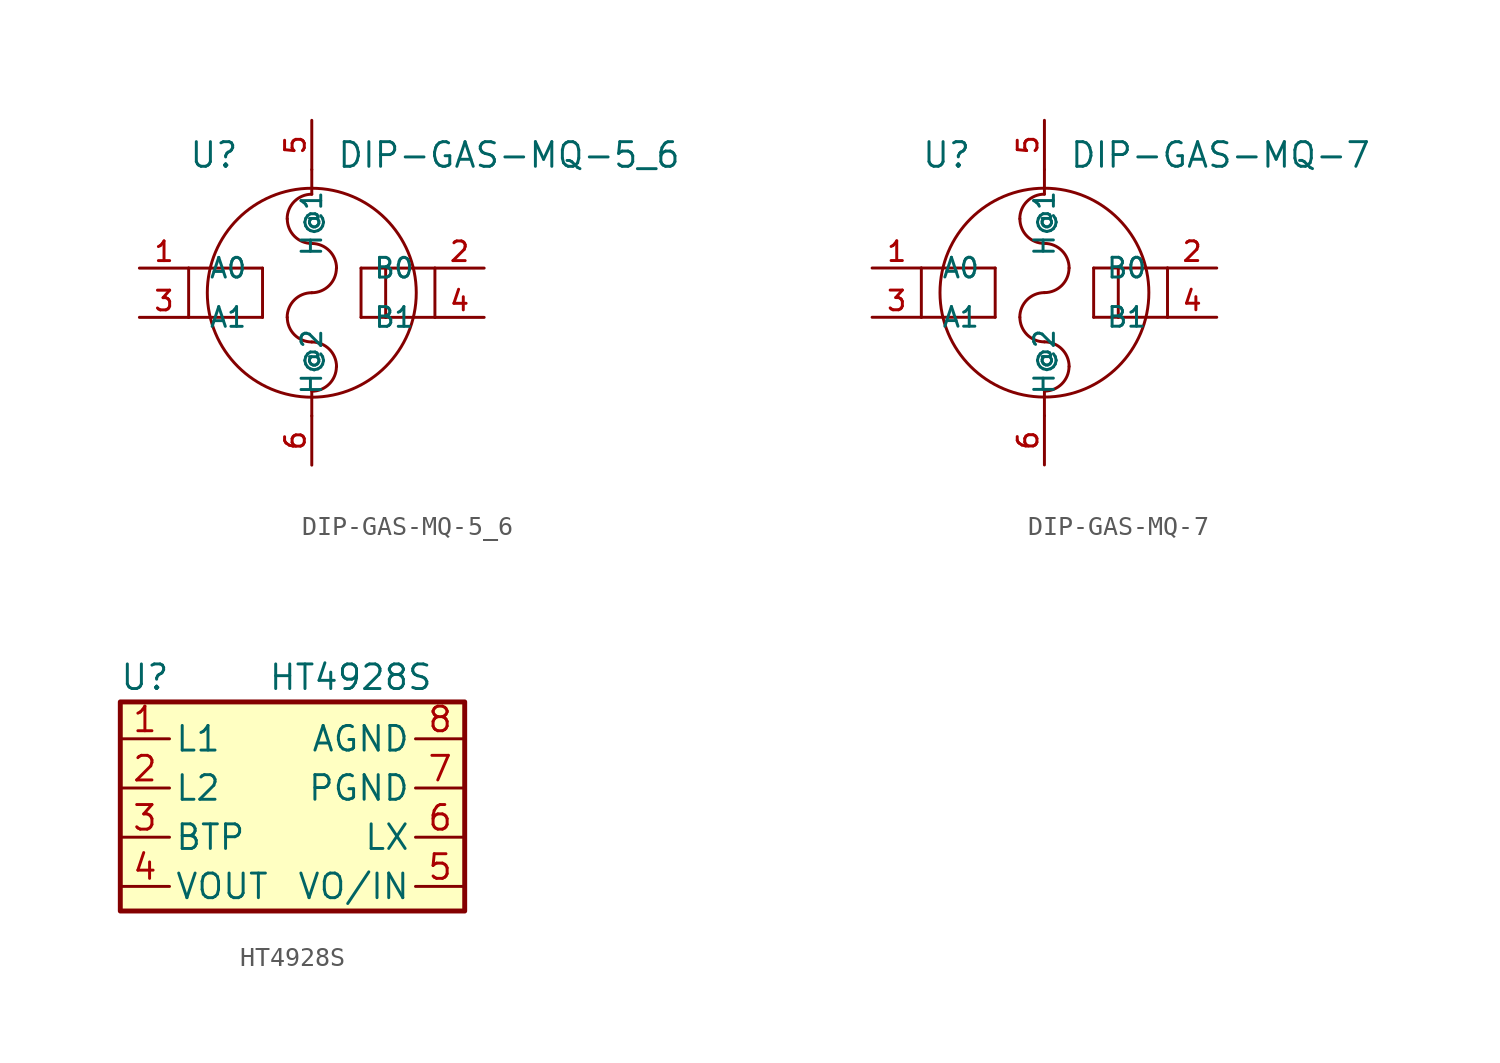
<source format=kicad_sym>
(kicad_symbol_lib
  (version 20220914)
  (generator kicad_symbol_editor)
  (symbol "DIP-GAS-MQ-5_6"
    (pin_names
      (offset 1.016))
    (property "Reference" "U"
      (at -6.357 6.357 0)
      (effects (font (size 1.27 1.27)) (justify left bottom)))
    (property "Value" "DIP-GAS-MQ-5_6"
      (at 1.271 6.356 0)
      (effects (font (size 1.27 1.27)) (justify left bottom)))
    (symbol "DIP-GAS-MQ-5_6_0_0"
      (arc (start -1.27 -1.27) (mid -0.898 -2.168) (end 0 -2.54) (stroke (width 0.1524) (type default)) (fill (type none)))
      (arc (start -1.27 3.81) (mid -0.898 2.912) (end 0 2.54) (stroke (width 0.1524) (type default)) (fill (type none)))
      (arc (start 0 -5.08) (mid 0.898 -4.708) (end 1.27 -3.81) (stroke (width 0.1524) (type default)) (fill (type none)))
      (arc (start 0 0) (mid -0.898 -0.372) (end -1.27 -1.27) (stroke (width 0.1524) (type default)) (fill (type none)))
      (polyline (pts (xy -6.35 -1.27) (xy -6.35 1.27)) (stroke (width 0.152) (type default)) (fill (type none)))
      (polyline (pts (xy -6.35 1.27) (xy -2.54 1.27)) (stroke (width 0.152) (type default)) (fill (type none)))
      (polyline (pts (xy -2.54 -1.27) (xy -6.35 -1.27)) (stroke (width 0.152) (type default)) (fill (type none)))
      (polyline (pts (xy -2.54 1.27) (xy -2.54 -1.27)) (stroke (width 0.152) (type default)) (fill (type none)))
      (polyline (pts (xy 0 -5.08) (xy 0 -6.35)) (stroke (width 0.152) (type default)) (fill (type none)))
      (polyline (pts (xy 0 5.08) (xy 0 6.35)) (stroke (width 0.152) (type default)) (fill (type none)))
      (polyline (pts (xy 2.54 -1.27) (xy 3.81 -1.27)) (stroke (width 0.152) (type default)) (fill (type none)))
      (polyline (pts (xy 2.54 1.27) (xy 2.54 -1.27)) (stroke (width 0.152) (type default)) (fill (type none)))
      (polyline (pts (xy 3.81 -1.27) (xy 3.81 1.27)) (stroke (width 0.152) (type default)) (fill (type none)))
      (polyline (pts (xy 3.81 1.27) (xy 2.54 1.27)) (stroke (width 0.152) (type default)) (fill (type none)))
      (polyline (pts (xy 3.81 1.27) (xy 6.35 1.27)) (stroke (width 0.152) (type default)) (fill (type none)))
      (polyline (pts (xy 6.35 -1.27) (xy 3.81 -1.27)) (stroke (width 0.152) (type default)) (fill (type none)))
      (polyline (pts (xy 6.35 1.27) (xy 6.35 -1.27)) (stroke (width 0.152) (type default)) (fill (type none)))
      (arc (start 0 0) (mid 0.898 0.372) (end 1.27 1.27) (stroke (width 0.1524) (type default)) (fill (type none)))
      (circle (center 0 0) (radius 5.388) (stroke (width 0.152) (type default)) (fill (type none)))
      (arc (start 0 5.08) (mid -0.898 4.708) (end -1.27 3.81) (stroke (width 0.1524) (type default)) (fill (type none)))
      (arc (start 1.27 -3.81) (mid 0.898 -2.912) (end 0 -2.54) (stroke (width 0.1524) (type default)) (fill (type none)))
      (arc (start 1.27 1.27) (mid 0.898 2.168) (end 0 2.54) (stroke (width 0.1524) (type default)) (fill (type none)))
      (pin bidirectional line (at -8.89 1.27 0) (length 2.54) (name "A0" (effects (font (size 1.016 1.016)))) (number "1" (effects (font (size 1.016 1.016)))))
      (pin bidirectional line (at 8.89 1.27 180) (length 2.54) (name "B0" (effects (font (size 1.016 1.016)))) (number "2" (effects (font (size 1.016 1.016)))))
      (pin bidirectional line (at -8.89 -1.27 0) (length 2.54) (name "A1" (effects (font (size 1.016 1.016)))) (number "3" (effects (font (size 1.016 1.016)))))
      (pin bidirectional line (at 8.89 -1.27 180) (length 2.54) (name "B1" (effects (font (size 1.016 1.016)))) (number "4" (effects (font (size 1.016 1.016)))))
      (pin bidirectional line (at 0 8.89 270) (length 2.54) (name "H@1" (effects (font (size 1.016 1.016)))) (number "5" (effects (font (size 1.016 1.016)))))
      (pin bidirectional line (at 0 -8.89 90) (length 2.54) (name "H@2" (effects (font (size 1.016 1.016)))) (number "6" (effects (font (size 1.016 1.016)))))))
  (symbol "DIP-GAS-MQ-7"
    (pin_names
      (offset 1.016))
    (property "Reference" "U"
      (at -6.357 6.357 0)
      (effects (font (size 1.27 1.27)) (justify left bottom)))
    (property "Value" "DIP-GAS-MQ-7"
      (at 1.271 6.356 0)
      (effects (font (size 1.27 1.27)) (justify left bottom)))
    (symbol "DIP-GAS-MQ-7_0_0"
      (arc (start -1.27 -1.27) (mid -0.898 -2.168) (end 0 -2.54) (stroke (width 0.1524) (type default)) (fill (type none)))
      (arc (start -1.27 3.81) (mid -0.898 2.912) (end 0 2.54) (stroke (width 0.1524) (type default)) (fill (type none)))
      (arc (start 0 -5.08) (mid 0.898 -4.708) (end 1.27 -3.81) (stroke (width 0.1524) (type default)) (fill (type none)))
      (arc (start 0 0) (mid -0.898 -0.372) (end -1.27 -1.27) (stroke (width 0.1524) (type default)) (fill (type none)))
      (polyline (pts (xy -6.35 -1.27) (xy -6.35 1.27)) (stroke (width 0.152) (type default)) (fill (type none)))
      (polyline (pts (xy -6.35 1.27) (xy -2.54 1.27)) (stroke (width 0.152) (type default)) (fill (type none)))
      (polyline (pts (xy -2.54 -1.27) (xy -6.35 -1.27)) (stroke (width 0.152) (type default)) (fill (type none)))
      (polyline (pts (xy -2.54 1.27) (xy -2.54 -1.27)) (stroke (width 0.152) (type default)) (fill (type none)))
      (polyline (pts (xy 0 -5.08) (xy 0 -6.35)) (stroke (width 0.152) (type default)) (fill (type none)))
      (polyline (pts (xy 0 5.08) (xy 0 6.35)) (stroke (width 0.152) (type default)) (fill (type none)))
      (polyline (pts (xy 2.54 -1.27) (xy 3.81 -1.27)) (stroke (width 0.152) (type default)) (fill (type none)))
      (polyline (pts (xy 2.54 1.27) (xy 2.54 -1.27)) (stroke (width 0.152) (type default)) (fill (type none)))
      (polyline (pts (xy 3.81 -1.27) (xy 3.81 1.27)) (stroke (width 0.152) (type default)) (fill (type none)))
      (polyline (pts (xy 3.81 1.27) (xy 2.54 1.27)) (stroke (width 0.152) (type default)) (fill (type none)))
      (polyline (pts (xy 3.81 1.27) (xy 6.35 1.27)) (stroke (width 0.152) (type default)) (fill (type none)))
      (polyline (pts (xy 6.35 -1.27) (xy 3.81 -1.27)) (stroke (width 0.152) (type default)) (fill (type none)))
      (polyline (pts (xy 6.35 1.27) (xy 6.35 -1.27)) (stroke (width 0.152) (type default)) (fill (type none)))
      (arc (start 0 0) (mid 0.898 0.372) (end 1.27 1.27) (stroke (width 0.1524) (type default)) (fill (type none)))
      (circle (center 0 0) (radius 5.388) (stroke (width 0.152) (type default)) (fill (type none)))
      (arc (start 0 5.08) (mid -0.898 4.708) (end -1.27 3.81) (stroke (width 0.1524) (type default)) (fill (type none)))
      (arc (start 1.27 -3.81) (mid 0.898 -2.912) (end 0 -2.54) (stroke (width 0.1524) (type default)) (fill (type none)))
      (arc (start 1.27 1.27) (mid 0.898 2.168) (end 0 2.54) (stroke (width 0.1524) (type default)) (fill (type none)))
      (pin bidirectional line (at -8.89 1.27 0) (length 2.54) (name "A0" (effects (font (size 1.016 1.016)))) (number "1" (effects (font (size 1.016 1.016)))))
      (pin bidirectional line (at 8.89 1.27 180) (length 2.54) (name "B0" (effects (font (size 1.016 1.016)))) (number "2" (effects (font (size 1.016 1.016)))))
      (pin bidirectional line (at -8.89 -1.27 0) (length 2.54) (name "A1" (effects (font (size 1.016 1.016)))) (number "3" (effects (font (size 1.016 1.016)))))
      (pin bidirectional line (at 8.89 -1.27 180) (length 2.54) (name "B1" (effects (font (size 1.016 1.016)))) (number "4" (effects (font (size 1.016 1.016)))))
      (pin bidirectional line (at 0 8.89 270) (length 2.54) (name "H@1" (effects (font (size 1.016 1.016)))) (number "5" (effects (font (size 1.016 1.016)))))
      (pin bidirectional line (at 0 -8.89 90) (length 2.54) (name "H@2" (effects (font (size 1.016 1.016)))) (number "6" (effects (font (size 1.016 1.016)))))))
  (symbol "HT4928S"
    (pin_names
      (offset 0.254))
    (property "Reference" "U"
      (at -6.35 5.715 0)
      (effects (font (size 1.27 1.27))))
    (property "Value" "HT4928S"
      (at 0 5.715 0)
      (effects (font (size 1.27 1.27)) (justify left)))
    (symbol "HT4928S_0_1"
      (rectangle (start -7.62 4.445) (end 10.16 -6.35) (stroke (width 0.254) (type default)) (fill (type background))))
    (symbol "HT4928S_1_1"
      (pin power_out line (at -7.62 2.54 0) (length 2.54) (name "L1" (effects (font (size 1.27 1.27)))) (number "1" (effects (font (size 1.27 1.27)))))
      (pin power_out line (at -7.62 0 0) (length 2.54) (name "L2" (effects (font (size 1.27 1.27)))) (number "2" (effects (font (size 1.27 1.27)))))
      (pin bidirectional line (at -7.62 -2.54 0) (length 2.54) (name "BTP" (effects (font (size 1.27 1.27)))) (number "3" (effects (font (size 1.27 1.27)))))
      (pin power_out line (at -7.62 -5.08 0) (length 2.54) (name "VOUT" (effects (font (size 1.27 1.27)))) (number "4" (effects (font (size 1.27 1.27)))))
      (pin power_out line (at 10.16 -5.08 180) (length 2.54) (name "VO/IN" (effects (font (size 1.27 1.27)))) (number "5" (effects (font (size 1.27 1.27)))))
      (pin power_out line (at 10.16 -2.54 180) (length 2.54) (name "LX" (effects (font (size 1.27 1.27)))) (number "6" (effects (font (size 1.27 1.27)))))
      (pin power_out line (at 10.16 0 180) (length 2.54) (name "PGND" (effects (font (size 1.27 1.27)))) (number "7" (effects (font (size 1.27 1.27)))))
      (pin power_out line (at 10.16 2.54 180) (length 2.54) (name "AGND" (effects (font (size 1.27 1.27)))) (number "8" (effects (font (size 1.27 1.27))))))))
</source>
